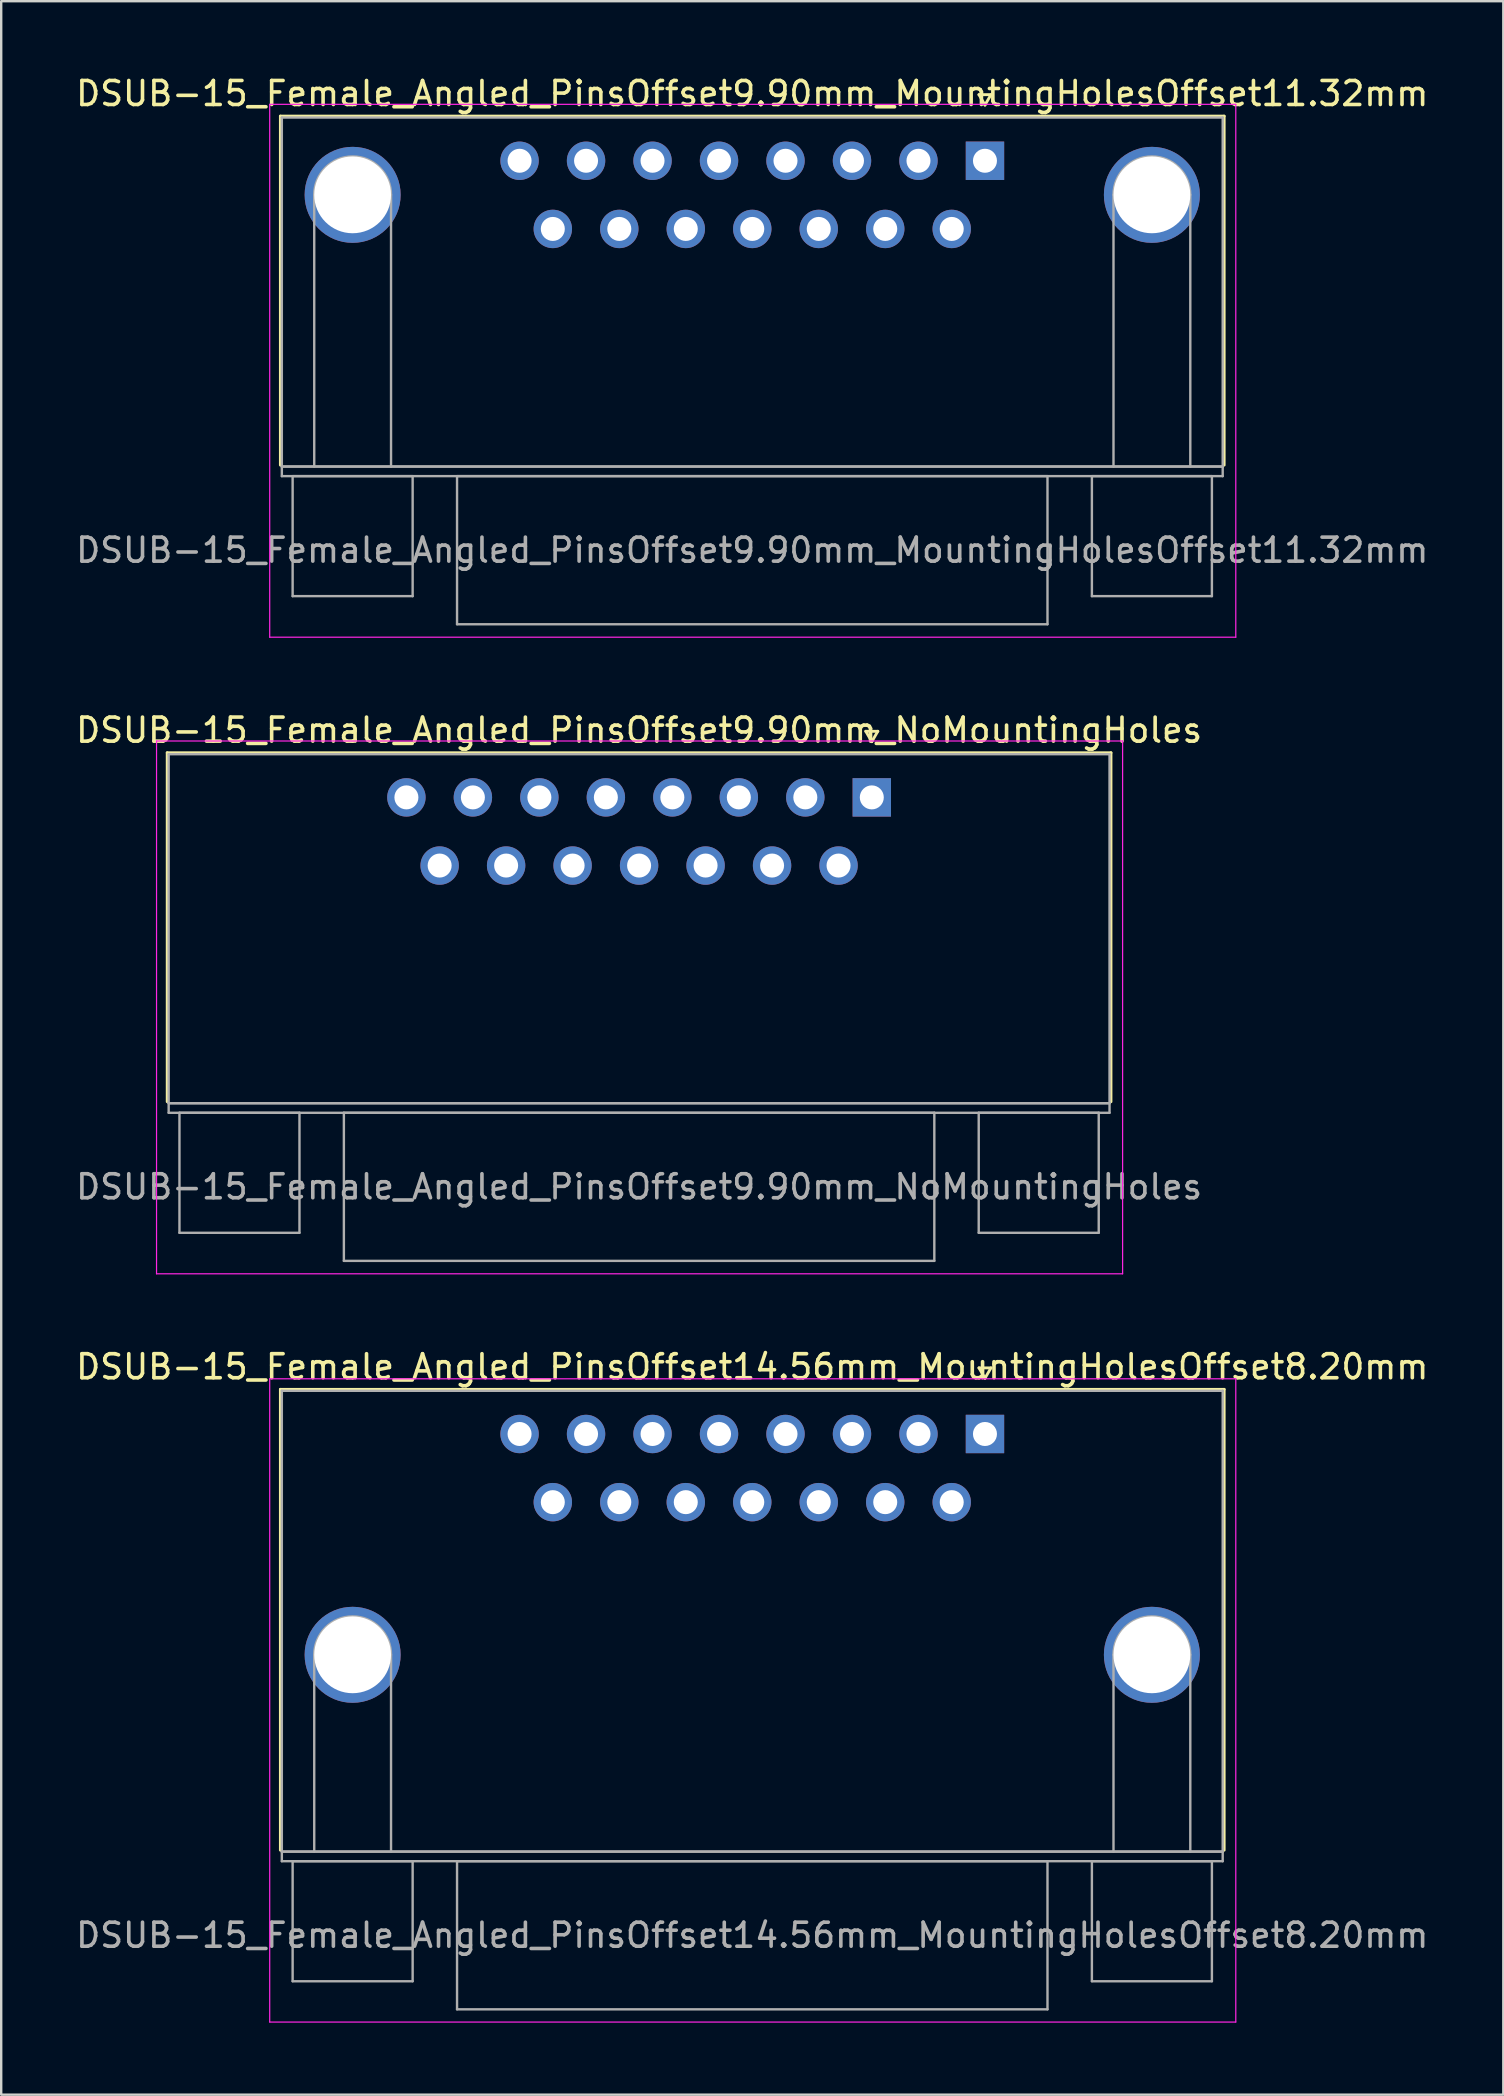
<source format=kicad_pcb>
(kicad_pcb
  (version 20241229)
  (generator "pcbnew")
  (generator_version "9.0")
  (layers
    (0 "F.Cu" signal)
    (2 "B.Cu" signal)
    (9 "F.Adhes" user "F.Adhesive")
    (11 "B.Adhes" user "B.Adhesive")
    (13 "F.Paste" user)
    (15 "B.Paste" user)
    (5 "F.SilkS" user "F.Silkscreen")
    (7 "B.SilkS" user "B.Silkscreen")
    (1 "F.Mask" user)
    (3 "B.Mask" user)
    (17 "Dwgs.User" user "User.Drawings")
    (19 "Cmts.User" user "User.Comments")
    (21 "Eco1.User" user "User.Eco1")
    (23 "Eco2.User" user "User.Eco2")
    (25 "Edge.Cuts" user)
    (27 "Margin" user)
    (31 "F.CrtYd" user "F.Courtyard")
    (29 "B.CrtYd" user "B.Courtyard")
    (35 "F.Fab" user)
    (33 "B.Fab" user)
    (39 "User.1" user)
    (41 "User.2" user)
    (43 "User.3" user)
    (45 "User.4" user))
  (footprint "DSUB-15_Female_Angled_PinsOffset9.90mm_MountingHolesOffset11.32mm"
    (layer "F.Cu")
    (at 37.987 3.648)
    (property "Reference" "DSUB-15_Female_Angled_PinsOffset9.90mm_MountingHolesOffset11.32mm" (at -9.695 -2.8 0) (layer "F.SilkS") (effects (font (size 1 1) (thickness 0.15))))
    (attr through_hole)
    (fp_line (start -29.355 -1.86) (end 9.965 -1.86) (stroke (width 0.12) (type solid)) (layer "F.SilkS"))
    (fp_line (start -29.355 12.68) (end -29.355 -1.86) (stroke (width 0.12) (type solid)) (layer "F.SilkS"))
    (fp_line (start -0.25 -2.754) (end 0.25 -2.754) (stroke (width 0.12) (type solid)) (layer "F.SilkS"))
    (fp_line (start 0 -2.321) (end -0.25 -2.754) (stroke (width 0.12) (type solid)) (layer "F.SilkS"))
    (fp_line (start 0.25 -2.754) (end 0 -2.321) (stroke (width 0.12) (type solid)) (layer "F.SilkS"))
    (fp_line (start 9.965 -1.86) (end 9.965 12.68) (stroke (width 0.12) (type solid)) (layer "F.SilkS"))
    (fp_line (start -29.8 -2.35) (end -29.8 19.85) (stroke (width 0.05) (type solid)) (layer "F.CrtYd"))
    (fp_line (start -29.8 19.85) (end 10.45 19.85) (stroke (width 0.05) (type solid)) (layer "F.CrtYd"))
    (fp_line (start 10.45 -2.35) (end -29.8 -2.35) (stroke (width 0.05) (type solid)) (layer "F.CrtYd"))
    (fp_line (start 10.45 19.85) (end 10.45 -2.35) (stroke (width 0.05) (type solid)) (layer "F.CrtYd"))
    (fp_line (start -29.295 -1.8) (end -29.295 12.74) (stroke (width 0.1) (type solid)) (layer "F.Fab"))
    (fp_line (start -29.295 12.74) (end -29.295 13.14) (stroke (width 0.1) (type solid)) (layer "F.Fab"))
    (fp_line (start -29.295 12.74) (end 9.905 12.74) (stroke (width 0.1) (type solid)) (layer "F.Fab"))
    (fp_line (start -29.295 13.14) (end 9.905 13.14) (stroke (width 0.1) (type solid)) (layer "F.Fab"))
    (fp_line (start -28.845 13.14) (end -28.845 18.14) (stroke (width 0.1) (type solid)) (layer "F.Fab"))
    (fp_line (start -28.845 18.14) (end -23.845 18.14) (stroke (width 0.1) (type solid)) (layer "F.Fab"))
    (fp_line (start -27.945 12.74) (end -27.945 1.42) (stroke (width 0.1) (type solid)) (layer "F.Fab"))
    (fp_line (start -24.745 12.74) (end -24.745 1.42) (stroke (width 0.1) (type solid)) (layer "F.Fab"))
    (fp_line (start -23.845 13.14) (end -28.845 13.14) (stroke (width 0.1) (type solid)) (layer "F.Fab"))
    (fp_line (start -23.845 18.14) (end -23.845 13.14) (stroke (width 0.1) (type solid)) (layer "F.Fab"))
    (fp_line (start -21.995 13.14) (end -21.995 19.31) (stroke (width 0.1) (type solid)) (layer "F.Fab"))
    (fp_line (start -21.995 19.31) (end 2.605 19.31) (stroke (width 0.1) (type solid)) (layer "F.Fab"))
    (fp_line (start 2.605 13.14) (end -21.995 13.14) (stroke (width 0.1) (type solid)) (layer "F.Fab"))
    (fp_line (start 2.605 19.31) (end 2.605 13.14) (stroke (width 0.1) (type solid)) (layer "F.Fab"))
    (fp_line (start 4.455 13.14) (end 4.455 18.14) (stroke (width 0.1) (type solid)) (layer "F.Fab"))
    (fp_line (start 4.455 18.14) (end 9.455 18.14) (stroke (width 0.1) (type solid)) (layer "F.Fab"))
    (fp_line (start 5.355 12.74) (end 5.355 1.42) (stroke (width 0.1) (type solid)) (layer "F.Fab"))
    (fp_line (start 8.555 12.74) (end 8.555 1.42) (stroke (width 0.1) (type solid)) (layer "F.Fab"))
    (fp_line (start 9.455 13.14) (end 4.455 13.14) (stroke (width 0.1) (type solid)) (layer "F.Fab"))
    (fp_line (start 9.455 18.14) (end 9.455 13.14) (stroke (width 0.1) (type solid)) (layer "F.Fab"))
    (fp_line (start 9.905 -1.8) (end -29.295 -1.8) (stroke (width 0.1) (type solid)) (layer "F.Fab"))
    (fp_line (start 9.905 12.74) (end -29.295 12.74) (stroke (width 0.1) (type solid)) (layer "F.Fab"))
    (fp_line (start 9.905 12.74) (end 9.905 -1.8) (stroke (width 0.1) (type solid)) (layer "F.Fab"))
    (fp_line (start 9.905 13.14) (end 9.905 12.74) (stroke (width 0.1) (type solid)) (layer "F.Fab"))
    (fp_arc (start -27.945 1.42) (mid -26.345 -0.18) (end -24.745 1.42) (stroke (width 0.1) (type solid)) (layer "F.Fab"))
    (fp_arc (start 5.355 1.42) (mid 6.955 -0.18) (end 8.555 1.42) (stroke (width 0.1) (type solid)) (layer "F.Fab"))
    (fp_text user "${REFERENCE}" (at -9.695 16.225 0) (layer "F.Fab") (effects (font (size 1 1) (thickness 0.15))))
    (pad "0" thru_hole circle (at -26.345 1.42) (size 4 4) (drill 3.2) (layers "*.Cu" "*.Mask"))
    (pad "0" thru_hole circle (at 6.955 1.42) (size 4 4) (drill 3.2) (layers "*.Cu" "*.Mask"))
    (pad "1" thru_hole rect (at 0 0) (size 1.6 1.6) (drill 1) (layers "*.Cu" "*.Mask"))
    (pad "2" thru_hole circle (at -2.77 0) (size 1.6 1.6) (drill 1) (layers "*.Cu" "*.Mask"))
    (pad "3" thru_hole circle (at -5.54 0) (size 1.6 1.6) (drill 1) (layers "*.Cu" "*.Mask"))
    (pad "4" thru_hole circle (at -8.31 0) (size 1.6 1.6) (drill 1) (layers "*.Cu" "*.Mask"))
    (pad "5" thru_hole circle (at -11.08 0) (size 1.6 1.6) (drill 1) (layers "*.Cu" "*.Mask"))
    (pad "6" thru_hole circle (at -13.85 0) (size 1.6 1.6) (drill 1) (layers "*.Cu" "*.Mask"))
    (pad "7" thru_hole circle (at -16.62 0) (size 1.6 1.6) (drill 1) (layers "*.Cu" "*.Mask"))
    (pad "8" thru_hole circle (at -19.39 0) (size 1.6 1.6) (drill 1) (layers "*.Cu" "*.Mask"))
    (pad "9" thru_hole circle (at -1.385 2.84) (size 1.6 1.6) (drill 1) (layers "*.Cu" "*.Mask"))
    (pad "10" thru_hole circle (at -4.155 2.84) (size 1.6 1.6) (drill 1) (layers "*.Cu" "*.Mask"))
    (pad "11" thru_hole circle (at -6.925 2.84) (size 1.6 1.6) (drill 1) (layers "*.Cu" "*.Mask"))
    (pad "12" thru_hole circle (at -9.695 2.84) (size 1.6 1.6) (drill 1) (layers "*.Cu" "*.Mask"))
    (pad "13" thru_hole circle (at -12.465 2.84) (size 1.6 1.6) (drill 1) (layers "*.Cu" "*.Mask"))
    (pad "14" thru_hole circle (at -15.235 2.84) (size 1.6 1.6) (drill 1) (layers "*.Cu" "*.Mask"))
    (pad "15" thru_hole circle (at -18.005 2.84) (size 1.6 1.6) (drill 1) (layers "*.Cu" "*.Mask")))
  (footprint "DSUB-15_Female_Angled_PinsOffset9.90mm_NoMountingHoles"
    (layer "F.Cu")
    (at 33.272 30.172)
    (property "Reference" "DSUB-15_Female_Angled_PinsOffset9.90mm_NoMountingHoles" (at -9.695 -2.8 0) (layer "F.SilkS") (effects (font (size 1 1) (thickness 0.15))))
    (attr through_hole)
    (fp_line (start -29.355 -1.86) (end 9.965 -1.86) (stroke (width 0.12) (type solid)) (layer "F.SilkS"))
    (fp_line (start -29.355 12.68) (end -29.355 -1.86) (stroke (width 0.12) (type solid)) (layer "F.SilkS"))
    (fp_line (start -0.25 -2.754) (end 0.25 -2.754) (stroke (width 0.12) (type solid)) (layer "F.SilkS"))
    (fp_line (start 0 -2.321) (end -0.25 -2.754) (stroke (width 0.12) (type solid)) (layer "F.SilkS"))
    (fp_line (start 0.25 -2.754) (end 0 -2.321) (stroke (width 0.12) (type solid)) (layer "F.SilkS"))
    (fp_line (start 9.965 -1.86) (end 9.965 12.68) (stroke (width 0.12) (type solid)) (layer "F.SilkS"))
    (fp_line (start -29.8 -2.35) (end -29.8 19.85) (stroke (width 0.05) (type solid)) (layer "F.CrtYd"))
    (fp_line (start -29.8 19.85) (end 10.45 19.85) (stroke (width 0.05) (type solid)) (layer "F.CrtYd"))
    (fp_line (start 10.45 -2.35) (end -29.8 -2.35) (stroke (width 0.05) (type solid)) (layer "F.CrtYd"))
    (fp_line (start 10.45 19.85) (end 10.45 -2.35) (stroke (width 0.05) (type solid)) (layer "F.CrtYd"))
    (fp_line (start -29.295 -1.8) (end -29.295 12.74) (stroke (width 0.1) (type solid)) (layer "F.Fab"))
    (fp_line (start -29.295 12.74) (end -29.295 13.14) (stroke (width 0.1) (type solid)) (layer "F.Fab"))
    (fp_line (start -29.295 12.74) (end 9.905 12.74) (stroke (width 0.1) (type solid)) (layer "F.Fab"))
    (fp_line (start -29.295 13.14) (end 9.905 13.14) (stroke (width 0.1) (type solid)) (layer "F.Fab"))
    (fp_line (start -28.845 13.14) (end -28.845 18.14) (stroke (width 0.1) (type solid)) (layer "F.Fab"))
    (fp_line (start -28.845 18.14) (end -23.845 18.14) (stroke (width 0.1) (type solid)) (layer "F.Fab"))
    (fp_line (start -23.845 13.14) (end -28.845 13.14) (stroke (width 0.1) (type solid)) (layer "F.Fab"))
    (fp_line (start -23.845 18.14) (end -23.845 13.14) (stroke (width 0.1) (type solid)) (layer "F.Fab"))
    (fp_line (start -21.995 13.14) (end -21.995 19.31) (stroke (width 0.1) (type solid)) (layer "F.Fab"))
    (fp_line (start -21.995 19.31) (end 2.605 19.31) (stroke (width 0.1) (type solid)) (layer "F.Fab"))
    (fp_line (start 2.605 13.14) (end -21.995 13.14) (stroke (width 0.1) (type solid)) (layer "F.Fab"))
    (fp_line (start 2.605 19.31) (end 2.605 13.14) (stroke (width 0.1) (type solid)) (layer "F.Fab"))
    (fp_line (start 4.455 13.14) (end 4.455 18.14) (stroke (width 0.1) (type solid)) (layer "F.Fab"))
    (fp_line (start 4.455 18.14) (end 9.455 18.14) (stroke (width 0.1) (type solid)) (layer "F.Fab"))
    (fp_line (start 9.455 13.14) (end 4.455 13.14) (stroke (width 0.1) (type solid)) (layer "F.Fab"))
    (fp_line (start 9.455 18.14) (end 9.455 13.14) (stroke (width 0.1) (type solid)) (layer "F.Fab"))
    (fp_line (start 9.905 -1.8) (end -29.295 -1.8) (stroke (width 0.1) (type solid)) (layer "F.Fab"))
    (fp_line (start 9.905 12.74) (end -29.295 12.74) (stroke (width 0.1) (type solid)) (layer "F.Fab"))
    (fp_line (start 9.905 12.74) (end 9.905 -1.8) (stroke (width 0.1) (type solid)) (layer "F.Fab"))
    (fp_line (start 9.905 13.14) (end 9.905 12.74) (stroke (width 0.1) (type solid)) (layer "F.Fab"))
    (fp_text user "${REFERENCE}" (at -9.695 16.225 0) (layer "F.Fab") (effects (font (size 1 1) (thickness 0.15))))
    (pad "1" thru_hole rect (at 0 0) (size 1.6 1.6) (drill 1) (layers "*.Cu" "*.Mask"))
    (pad "2" thru_hole circle (at -2.77 0) (size 1.6 1.6) (drill 1) (layers "*.Cu" "*.Mask"))
    (pad "3" thru_hole circle (at -5.54 0) (size 1.6 1.6) (drill 1) (layers "*.Cu" "*.Mask"))
    (pad "4" thru_hole circle (at -8.31 0) (size 1.6 1.6) (drill 1) (layers "*.Cu" "*.Mask"))
    (pad "5" thru_hole circle (at -11.08 0) (size 1.6 1.6) (drill 1) (layers "*.Cu" "*.Mask"))
    (pad "6" thru_hole circle (at -13.85 0) (size 1.6 1.6) (drill 1) (layers "*.Cu" "*.Mask"))
    (pad "7" thru_hole circle (at -16.62 0) (size 1.6 1.6) (drill 1) (layers "*.Cu" "*.Mask"))
    (pad "8" thru_hole circle (at -19.39 0) (size 1.6 1.6) (drill 1) (layers "*.Cu" "*.Mask"))
    (pad "9" thru_hole circle (at -1.385 2.84) (size 1.6 1.6) (drill 1) (layers "*.Cu" "*.Mask"))
    (pad "10" thru_hole circle (at -4.155 2.84) (size 1.6 1.6) (drill 1) (layers "*.Cu" "*.Mask"))
    (pad "11" thru_hole circle (at -6.925 2.84) (size 1.6 1.6) (drill 1) (layers "*.Cu" "*.Mask"))
    (pad "12" thru_hole circle (at -9.695 2.84) (size 1.6 1.6) (drill 1) (layers "*.Cu" "*.Mask"))
    (pad "13" thru_hole circle (at -12.465 2.84) (size 1.6 1.6) (drill 1) (layers "*.Cu" "*.Mask"))
    (pad "14" thru_hole circle (at -15.235 2.84) (size 1.6 1.6) (drill 1) (layers "*.Cu" "*.Mask"))
    (pad "15" thru_hole circle (at -18.005 2.84) (size 1.6 1.6) (drill 1) (layers "*.Cu" "*.Mask")))
  (footprint "DSUB-15_Female_Angled_PinsOffset14.56mm_MountingHolesOffset8.20mm"
    (layer "F.Cu")
    (at 37.987 56.695)
    (property "Reference" "DSUB-15_Female_Angled_PinsOffset14.56mm_MountingHolesOffset8.20mm" (at -9.695 -2.8 0) (layer "F.SilkS") (effects (font (size 1 1) (thickness 0.15))))
    (attr through_hole)
    (fp_line (start -29.355 -1.86) (end 9.965 -1.86) (stroke (width 0.12) (type solid)) (layer "F.SilkS"))
    (fp_line (start -29.355 17.34) (end -29.355 -1.86) (stroke (width 0.12) (type solid)) (layer "F.SilkS"))
    (fp_line (start -0.25 -2.754) (end 0.25 -2.754) (stroke (width 0.12) (type solid)) (layer "F.SilkS"))
    (fp_line (start 0 -2.321) (end -0.25 -2.754) (stroke (width 0.12) (type solid)) (layer "F.SilkS"))
    (fp_line (start 0.25 -2.754) (end 0 -2.321) (stroke (width 0.12) (type solid)) (layer "F.SilkS"))
    (fp_line (start 9.965 -1.86) (end 9.965 17.34) (stroke (width 0.12) (type solid)) (layer "F.SilkS"))
    (fp_line (start -29.8 -2.3) (end -29.8 24.5) (stroke (width 0.05) (type solid)) (layer "F.CrtYd"))
    (fp_line (start -29.8 24.5) (end 10.45 24.5) (stroke (width 0.05) (type solid)) (layer "F.CrtYd"))
    (fp_line (start 10.45 -2.3) (end -29.8 -2.3) (stroke (width 0.05) (type solid)) (layer "F.CrtYd"))
    (fp_line (start 10.45 24.5) (end 10.45 -2.3) (stroke (width 0.05) (type solid)) (layer "F.CrtYd"))
    (fp_line (start -29.295 -1.8) (end -29.295 17.4) (stroke (width 0.1) (type solid)) (layer "F.Fab"))
    (fp_line (start -29.295 17.4) (end -29.295 17.8) (stroke (width 0.1) (type solid)) (layer "F.Fab"))
    (fp_line (start -29.295 17.4) (end 9.905 17.4) (stroke (width 0.1) (type solid)) (layer "F.Fab"))
    (fp_line (start -29.295 17.8) (end 9.905 17.8) (stroke (width 0.1) (type solid)) (layer "F.Fab"))
    (fp_line (start -28.845 17.8) (end -28.845 22.8) (stroke (width 0.1) (type solid)) (layer "F.Fab"))
    (fp_line (start -28.845 22.8) (end -23.845 22.8) (stroke (width 0.1) (type solid)) (layer "F.Fab"))
    (fp_line (start -27.945 17.4) (end -27.945 9.2) (stroke (width 0.1) (type solid)) (layer "F.Fab"))
    (fp_line (start -24.745 17.4) (end -24.745 9.2) (stroke (width 0.1) (type solid)) (layer "F.Fab"))
    (fp_line (start -23.845 17.8) (end -28.845 17.8) (stroke (width 0.1) (type solid)) (layer "F.Fab"))
    (fp_line (start -23.845 22.8) (end -23.845 17.8) (stroke (width 0.1) (type solid)) (layer "F.Fab"))
    (fp_line (start -21.995 17.8) (end -21.995 23.97) (stroke (width 0.1) (type solid)) (layer "F.Fab"))
    (fp_line (start -21.995 23.97) (end 2.605 23.97) (stroke (width 0.1) (type solid)) (layer "F.Fab"))
    (fp_line (start 2.605 17.8) (end -21.995 17.8) (stroke (width 0.1) (type solid)) (layer "F.Fab"))
    (fp_line (start 2.605 23.97) (end 2.605 17.8) (stroke (width 0.1) (type solid)) (layer "F.Fab"))
    (fp_line (start 4.455 17.8) (end 4.455 22.8) (stroke (width 0.1) (type solid)) (layer "F.Fab"))
    (fp_line (start 4.455 22.8) (end 9.455 22.8) (stroke (width 0.1) (type solid)) (layer "F.Fab"))
    (fp_line (start 5.355 17.4) (end 5.355 9.2) (stroke (width 0.1) (type solid)) (layer "F.Fab"))
    (fp_line (start 8.555 17.4) (end 8.555 9.2) (stroke (width 0.1) (type solid)) (layer "F.Fab"))
    (fp_line (start 9.455 17.8) (end 4.455 17.8) (stroke (width 0.1) (type solid)) (layer "F.Fab"))
    (fp_line (start 9.455 22.8) (end 9.455 17.8) (stroke (width 0.1) (type solid)) (layer "F.Fab"))
    (fp_line (start 9.905 -1.8) (end -29.295 -1.8) (stroke (width 0.1) (type solid)) (layer "F.Fab"))
    (fp_line (start 9.905 17.4) (end -29.295 17.4) (stroke (width 0.1) (type solid)) (layer "F.Fab"))
    (fp_line (start 9.905 17.4) (end 9.905 -1.8) (stroke (width 0.1) (type solid)) (layer "F.Fab"))
    (fp_line (start 9.905 17.8) (end 9.905 17.4) (stroke (width 0.1) (type solid)) (layer "F.Fab"))
    (fp_arc (start -27.945 9.2) (mid -26.345 7.6) (end -24.745 9.2) (stroke (width 0.1) (type solid)) (layer "F.Fab"))
    (fp_arc (start 5.355 9.2) (mid 6.955 7.6) (end 8.555 9.2) (stroke (width 0.1) (type solid)) (layer "F.Fab"))
    (fp_text user "${REFERENCE}" (at -9.695 20.885 0) (layer "F.Fab") (effects (font (size 1 1) (thickness 0.15))))
    (pad "0" thru_hole circle (at -26.345 9.2) (size 4 4) (drill 3.2) (layers "*.Cu" "*.Mask"))
    (pad "0" thru_hole circle (at 6.955 9.2) (size 4 4) (drill 3.2) (layers "*.Cu" "*.Mask"))
    (pad "1" thru_hole rect (at 0 0) (size 1.6 1.6) (drill 1) (layers "*.Cu" "*.Mask"))
    (pad "2" thru_hole circle (at -2.77 0) (size 1.6 1.6) (drill 1) (layers "*.Cu" "*.Mask"))
    (pad "3" thru_hole circle (at -5.54 0) (size 1.6 1.6) (drill 1) (layers "*.Cu" "*.Mask"))
    (pad "4" thru_hole circle (at -8.31 0) (size 1.6 1.6) (drill 1) (layers "*.Cu" "*.Mask"))
    (pad "5" thru_hole circle (at -11.08 0) (size 1.6 1.6) (drill 1) (layers "*.Cu" "*.Mask"))
    (pad "6" thru_hole circle (at -13.85 0) (size 1.6 1.6) (drill 1) (layers "*.Cu" "*.Mask"))
    (pad "7" thru_hole circle (at -16.62 0) (size 1.6 1.6) (drill 1) (layers "*.Cu" "*.Mask"))
    (pad "8" thru_hole circle (at -19.39 0) (size 1.6 1.6) (drill 1) (layers "*.Cu" "*.Mask"))
    (pad "9" thru_hole circle (at -1.385 2.84) (size 1.6 1.6) (drill 1) (layers "*.Cu" "*.Mask"))
    (pad "10" thru_hole circle (at -4.155 2.84) (size 1.6 1.6) (drill 1) (layers "*.Cu" "*.Mask"))
    (pad "11" thru_hole circle (at -6.925 2.84) (size 1.6 1.6) (drill 1) (layers "*.Cu" "*.Mask"))
    (pad "12" thru_hole circle (at -9.695 2.84) (size 1.6 1.6) (drill 1) (layers "*.Cu" "*.Mask"))
    (pad "13" thru_hole circle (at -12.465 2.84) (size 1.6 1.6) (drill 1) (layers "*.Cu" "*.Mask"))
    (pad "14" thru_hole circle (at -15.235 2.84) (size 1.6 1.6) (drill 1) (layers "*.Cu" "*.Mask"))
    (pad "15" thru_hole circle (at -18.005 2.84) (size 1.6 1.6) (drill 1) (layers "*.Cu" "*.Mask")))
  (gr_rect
    (start -3 -3)
    (end 59.583 84.22)
    (stroke (width 0.1) (type default))
    (fill no)
    (layer "Edge.Cuts")))
</source>
